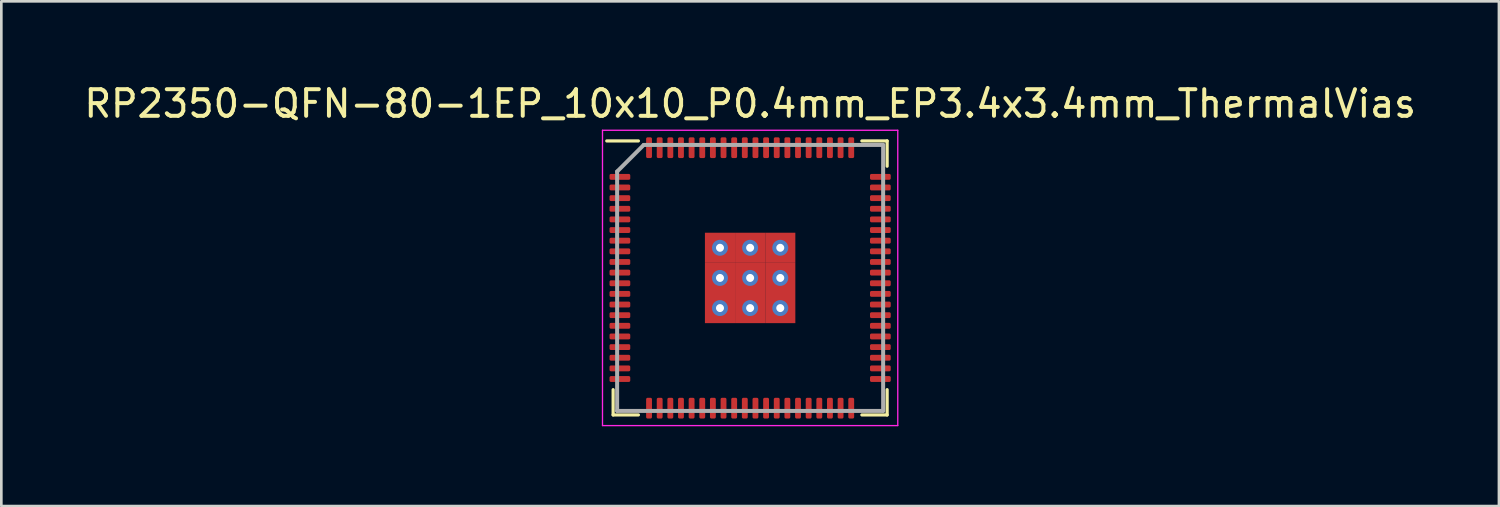
<source format=kicad_pcb>
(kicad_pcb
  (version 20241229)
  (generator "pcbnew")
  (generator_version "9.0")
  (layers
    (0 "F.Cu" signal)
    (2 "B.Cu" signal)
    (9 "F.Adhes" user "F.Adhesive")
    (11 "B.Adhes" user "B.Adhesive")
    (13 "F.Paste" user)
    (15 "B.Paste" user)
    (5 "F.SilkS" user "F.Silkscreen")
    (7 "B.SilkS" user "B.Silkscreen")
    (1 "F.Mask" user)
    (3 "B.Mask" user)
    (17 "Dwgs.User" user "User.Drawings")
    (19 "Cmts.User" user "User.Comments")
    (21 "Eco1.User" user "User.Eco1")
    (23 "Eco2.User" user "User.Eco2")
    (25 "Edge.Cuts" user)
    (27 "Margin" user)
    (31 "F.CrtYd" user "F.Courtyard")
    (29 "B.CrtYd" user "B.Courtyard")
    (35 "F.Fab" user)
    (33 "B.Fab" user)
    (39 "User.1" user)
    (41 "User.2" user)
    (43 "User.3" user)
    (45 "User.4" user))
  (footprint "RP2350-QFN-80-1EP_10x10_P0.4mm_EP3.4x3.4mm_ThermalVias"
    (layer "F.Cu")
    (at 25.149 7.398)
    (property "Reference" "RP2350-QFN-80-1EP_10x10_P0.4mm_EP3.4x3.4mm_ThermalVias" (at 0 -6.55 0) (layer "F.SilkS") (effects (font (size 1 1) (thickness 0.15))))
    (attr smd)
    (fp_line (start -5.15 5.15) (end -5.15 4.2) (stroke (width 0.12) (type default)) (layer "F.SilkS"))
    (fp_line (start -4.2 -5.15) (end -5.39 -5.15) (stroke (width 0.12) (type default)) (layer "F.SilkS"))
    (fp_line (start -4.2 5.15) (end -5.15 5.15) (stroke (width 0.12) (type default)) (layer "F.SilkS"))
    (fp_line (start 4.2 -5.15) (end 5.15 -5.15) (stroke (width 0.12) (type default)) (layer "F.SilkS"))
    (fp_line (start 4.2 5.15) (end 5.15 5.15) (stroke (width 0.12) (type default)) (layer "F.SilkS"))
    (fp_line (start 5.15 -5.15) (end 5.15 -4.2) (stroke (width 0.12) (type default)) (layer "F.SilkS"))
    (fp_line (start 5.15 5.15) (end 5.15 4.2) (stroke (width 0.12) (type default)) (layer "F.SilkS"))
    (fp_line (start -5.55 -5.55) (end 5.55 -5.55) (stroke (width 0.05) (type default)) (layer "F.CrtYd"))
    (fp_line (start -5.55 5.55) (end -5.55 -5.55) (stroke (width 0.05) (type default)) (layer "F.CrtYd"))
    (fp_line (start 5.55 -5.55) (end 5.55 5.55) (stroke (width 0.05) (type default)) (layer "F.CrtYd"))
    (fp_line (start 5.55 5.55) (end -5.55 5.55) (stroke (width 0.05) (type default)) (layer "F.CrtYd"))
    (fp_line (start -5 -4) (end -5 5) (stroke (width 0.15) (type default)) (layer "F.Fab"))
    (fp_line (start -5 5) (end 5 5) (stroke (width 0.15) (type default)) (layer "F.Fab"))
    (fp_line (start -4 -5) (end -5 -4) (stroke (width 0.15) (type default)) (layer "F.Fab"))
    (fp_line (start 5 -5) (end -4 -5) (stroke (width 0.15) (type default)) (layer "F.Fab"))
    (fp_line (start 5 5) (end 5 -5) (stroke (width 0.15) (type default)) (layer "F.Fab"))
    (pad "" smd roundrect (at -0.7 -0.7) (size 1.2 1.2) (layers "F.Paste") (roundrect_rratio 0.208))
    (pad "" smd roundrect (at -0.7 0.7) (size 1.2 1.2) (layers "F.Paste") (roundrect_rratio 0.208))
    (pad "" smd roundrect (at 0.7 -0.7) (size 1.2 1.2) (layers "F.Paste") (roundrect_rratio 0.208))
    (pad "" smd roundrect (at 0.7 0.7) (size 1.2 1.2) (layers "F.Paste") (roundrect_rratio 0.208))
    (pad "1" smd roundrect (at -4.896 -3.8 90) (size 0.22 0.78) (layers "F.Cu" "F.Mask" "F.Paste") (roundrect_rratio 0.25))
    (pad "2" smd roundrect (at -4.896 -3.4 90) (size 0.22 0.78) (layers "F.Cu" "F.Mask" "F.Paste") (roundrect_rratio 0.25))
    (pad "3" smd roundrect (at -4.896 -3 90) (size 0.22 0.78) (layers "F.Cu" "F.Mask" "F.Paste") (roundrect_rratio 0.25))
    (pad "4" smd roundrect (at -4.896 -2.6 90) (size 0.22 0.78) (layers "F.Cu" "F.Mask" "F.Paste") (roundrect_rratio 0.25))
    (pad "5" smd roundrect (at -4.896 -2.2 90) (size 0.22 0.78) (layers "F.Cu" "F.Mask" "F.Paste") (roundrect_rratio 0.25))
    (pad "6" smd roundrect (at -4.896 -1.8 90) (size 0.22 0.78) (layers "F.Cu" "F.Mask" "F.Paste") (roundrect_rratio 0.25))
    (pad "7" smd roundrect (at -4.896 -1.4 90) (size 0.22 0.78) (layers "F.Cu" "F.Mask" "F.Paste") (roundrect_rratio 0.25))
    (pad "8" smd roundrect (at -4.896 -1 90) (size 0.22 0.78) (layers "F.Cu" "F.Mask" "F.Paste") (roundrect_rratio 0.25))
    (pad "9" smd roundrect (at -4.896 -0.6 90) (size 0.22 0.78) (layers "F.Cu" "F.Mask" "F.Paste") (roundrect_rratio 0.25))
    (pad "10" smd roundrect (at -4.896 -0.2 90) (size 0.22 0.78) (layers "F.Cu" "F.Mask" "F.Paste") (roundrect_rratio 0.25))
    (pad "11" smd roundrect (at -4.896 0.2 90) (size 0.22 0.78) (layers "F.Cu" "F.Mask" "F.Paste") (roundrect_rratio 0.25))
    (pad "12" smd roundrect (at -4.896 0.6 90) (size 0.22 0.78) (layers "F.Cu" "F.Mask" "F.Paste") (roundrect_rratio 0.25))
    (pad "13" smd roundrect (at -4.896 1 90) (size 0.22 0.78) (layers "F.Cu" "F.Mask" "F.Paste") (roundrect_rratio 0.25))
    (pad "14" smd roundrect (at -4.896 1.4 90) (size 0.22 0.78) (layers "F.Cu" "F.Mask" "F.Paste") (roundrect_rratio 0.25))
    (pad "15" smd roundrect (at -4.896 1.8 90) (size 0.22 0.78) (layers "F.Cu" "F.Mask" "F.Paste") (roundrect_rratio 0.25))
    (pad "16" smd roundrect (at -4.896 2.2 90) (size 0.22 0.78) (layers "F.Cu" "F.Mask" "F.Paste") (roundrect_rratio 0.25))
    (pad "17" smd roundrect (at -4.896 2.6 90) (size 0.22 0.78) (layers "F.Cu" "F.Mask" "F.Paste") (roundrect_rratio 0.25))
    (pad "18" smd roundrect (at -4.896 3 90) (size 0.22 0.78) (layers "F.Cu" "F.Mask" "F.Paste") (roundrect_rratio 0.25))
    (pad "19" smd roundrect (at -4.896 3.4 90) (size 0.22 0.78) (layers "F.Cu" "F.Mask" "F.Paste") (roundrect_rratio 0.25))
    (pad "20" smd roundrect (at -4.896 3.8 90) (size 0.22 0.78) (layers "F.Cu" "F.Mask" "F.Paste") (roundrect_rratio 0.25))
    (pad "21" smd roundrect (at -3.8 4.896) (size 0.22 0.78) (layers "F.Cu" "F.Mask" "F.Paste") (roundrect_rratio 0.25))
    (pad "22" smd roundrect (at -3.4 4.896) (size 0.22 0.78) (layers "F.Cu" "F.Mask" "F.Paste") (roundrect_rratio 0.25))
    (pad "23" smd roundrect (at -3 4.896) (size 0.22 0.78) (layers "F.Cu" "F.Mask" "F.Paste") (roundrect_rratio 0.25))
    (pad "24" smd roundrect (at -2.6 4.896) (size 0.22 0.78) (layers "F.Cu" "F.Mask" "F.Paste") (roundrect_rratio 0.25))
    (pad "25" smd roundrect (at -2.2 4.896) (size 0.22 0.78) (layers "F.Cu" "F.Mask" "F.Paste") (roundrect_rratio 0.25))
    (pad "26" smd roundrect (at -1.8 4.896) (size 0.22 0.78) (layers "F.Cu" "F.Mask" "F.Paste") (roundrect_rratio 0.25))
    (pad "27" smd roundrect (at -1.4 4.896) (size 0.22 0.78) (layers "F.Cu" "F.Mask" "F.Paste") (roundrect_rratio 0.25))
    (pad "28" smd roundrect (at -1 4.896) (size 0.22 0.78) (layers "F.Cu" "F.Mask" "F.Paste") (roundrect_rratio 0.25))
    (pad "29" smd roundrect (at -0.6 4.896) (size 0.22 0.78) (layers "F.Cu" "F.Mask" "F.Paste") (roundrect_rratio 0.25))
    (pad "30" smd roundrect (at -0.2 4.896) (size 0.22 0.78) (layers "F.Cu" "F.Mask" "F.Paste") (roundrect_rratio 0.25))
    (pad "31" smd roundrect (at 0.2 4.896) (size 0.22 0.78) (layers "F.Cu" "F.Mask" "F.Paste") (roundrect_rratio 0.25))
    (pad "32" smd roundrect (at 0.6 4.896) (size 0.22 0.78) (layers "F.Cu" "F.Mask" "F.Paste") (roundrect_rratio 0.25))
    (pad "33" smd roundrect (at 1 4.896) (size 0.22 0.78) (layers "F.Cu" "F.Mask" "F.Paste") (roundrect_rratio 0.25))
    (pad "34" smd roundrect (at 1.4 4.896) (size 0.22 0.78) (layers "F.Cu" "F.Mask" "F.Paste") (roundrect_rratio 0.25))
    (pad "35" smd roundrect (at 1.8 4.896) (size 0.22 0.78) (layers "F.Cu" "F.Mask" "F.Paste") (roundrect_rratio 0.25))
    (pad "36" smd roundrect (at 2.2 4.896) (size 0.22 0.78) (layers "F.Cu" "F.Mask" "F.Paste") (roundrect_rratio 0.25))
    (pad "37" smd roundrect (at 2.6 4.896) (size 0.22 0.78) (layers "F.Cu" "F.Mask" "F.Paste") (roundrect_rratio 0.25))
    (pad "38" smd roundrect (at 3 4.896) (size 0.22 0.78) (layers "F.Cu" "F.Mask" "F.Paste") (roundrect_rratio 0.25))
    (pad "39" smd roundrect (at 3.4 4.896) (size 0.22 0.78) (layers "F.Cu" "F.Mask" "F.Paste") (roundrect_rratio 0.25))
    (pad "40" smd roundrect (at 3.8 4.896) (size 0.22 0.78) (layers "F.Cu" "F.Mask" "F.Paste") (roundrect_rratio 0.25))
    (pad "41" smd roundrect (at 4.896 3.8 90) (size 0.22 0.78) (layers "F.Cu" "F.Mask" "F.Paste") (roundrect_rratio 0.25))
    (pad "42" smd roundrect (at 4.896 3.4 90) (size 0.22 0.78) (layers "F.Cu" "F.Mask" "F.Paste") (roundrect_rratio 0.25))
    (pad "43" smd roundrect (at 4.896 3 90) (size 0.22 0.78) (layers "F.Cu" "F.Mask" "F.Paste") (roundrect_rratio 0.25))
    (pad "44" smd roundrect (at 4.896 2.6 90) (size 0.22 0.78) (layers "F.Cu" "F.Mask" "F.Paste") (roundrect_rratio 0.25))
    (pad "45" smd roundrect (at 4.896 2.2 90) (size 0.22 0.78) (layers "F.Cu" "F.Mask" "F.Paste") (roundrect_rratio 0.25))
    (pad "46" smd roundrect (at 4.896 1.8 90) (size 0.22 0.78) (layers "F.Cu" "F.Mask" "F.Paste") (roundrect_rratio 0.25))
    (pad "47" smd roundrect (at 4.896 1.4 90) (size 0.22 0.78) (layers "F.Cu" "F.Mask" "F.Paste") (roundrect_rratio 0.25))
    (pad "48" smd roundrect (at 4.896 1 90) (size 0.22 0.78) (layers "F.Cu" "F.Mask" "F.Paste") (roundrect_rratio 0.25))
    (pad "49" smd roundrect (at 4.896 0.6 90) (size 0.22 0.78) (layers "F.Cu" "F.Mask" "F.Paste") (roundrect_rratio 0.25))
    (pad "50" smd roundrect (at 4.896 0.2 90) (size 0.22 0.78) (layers "F.Cu" "F.Mask" "F.Paste") (roundrect_rratio 0.25))
    (pad "51" smd roundrect (at 4.896 -0.2 90) (size 0.22 0.78) (layers "F.Cu" "F.Mask" "F.Paste") (roundrect_rratio 0.25))
    (pad "52" smd roundrect (at 4.896 -0.6 90) (size 0.22 0.78) (layers "F.Cu" "F.Mask" "F.Paste") (roundrect_rratio 0.25))
    (pad "53" smd roundrect (at 4.896 -1 90) (size 0.22 0.78) (layers "F.Cu" "F.Mask" "F.Paste") (roundrect_rratio 0.25))
    (pad "54" smd roundrect (at 4.896 -1.4 90) (size 0.22 0.78) (layers "F.Cu" "F.Mask" "F.Paste") (roundrect_rratio 0.25))
    (pad "55" smd roundrect (at 4.896 -1.8 90) (size 0.22 0.78) (layers "F.Cu" "F.Mask" "F.Paste") (roundrect_rratio 0.25))
    (pad "56" smd roundrect (at 4.896 -2.2 90) (size 0.22 0.78) (layers "F.Cu" "F.Mask" "F.Paste") (roundrect_rratio 0.25))
    (pad "57" smd roundrect (at 4.896 -2.6 90) (size 0.22 0.78) (layers "F.Cu" "F.Mask" "F.Paste") (roundrect_rratio 0.25))
    (pad "58" smd roundrect (at 4.896 -3 90) (size 0.22 0.78) (layers "F.Cu" "F.Mask" "F.Paste") (roundrect_rratio 0.25))
    (pad "59" smd roundrect (at 4.896 -3.4 90) (size 0.22 0.78) (layers "F.Cu" "F.Mask" "F.Paste") (roundrect_rratio 0.25))
    (pad "60" smd roundrect (at 4.896 -3.8 90) (size 0.22 0.78) (layers "F.Cu" "F.Mask" "F.Paste") (roundrect_rratio 0.25))
    (pad "61" smd roundrect (at 3.8 -4.896) (size 0.22 0.78) (layers "F.Cu" "F.Mask" "F.Paste") (roundrect_rratio 0.25))
    (pad "62" smd roundrect (at 3.4 -4.896) (size 0.22 0.78) (layers "F.Cu" "F.Mask" "F.Paste") (roundrect_rratio 0.25))
    (pad "63" smd roundrect (at 3 -4.896) (size 0.22 0.78) (layers "F.Cu" "F.Mask" "F.Paste") (roundrect_rratio 0.25))
    (pad "64" smd roundrect (at 2.6 -4.896) (size 0.22 0.78) (layers "F.Cu" "F.Mask" "F.Paste") (roundrect_rratio 0.25))
    (pad "65" smd roundrect (at 2.2 -4.896) (size 0.22 0.78) (layers "F.Cu" "F.Mask" "F.Paste") (roundrect_rratio 0.25))
    (pad "66" smd roundrect (at 1.8 -4.896) (size 0.22 0.78) (layers "F.Cu" "F.Mask" "F.Paste") (roundrect_rratio 0.25))
    (pad "67" smd roundrect (at 1.4 -4.896) (size 0.22 0.78) (layers "F.Cu" "F.Mask" "F.Paste") (roundrect_rratio 0.25))
    (pad "68" smd roundrect (at 1 -4.896) (size 0.22 0.78) (layers "F.Cu" "F.Mask" "F.Paste") (roundrect_rratio 0.25))
    (pad "69" smd roundrect (at 0.6 -4.896) (size 0.22 0.78) (layers "F.Cu" "F.Mask" "F.Paste") (roundrect_rratio 0.25))
    (pad "70" smd roundrect (at 0.2 -4.896) (size 0.22 0.78) (layers "F.Cu" "F.Mask" "F.Paste") (roundrect_rratio 0.25))
    (pad "71" smd roundrect (at -0.2 -4.896) (size 0.22 0.78) (layers "F.Cu" "F.Mask" "F.Paste") (roundrect_rratio 0.25))
    (pad "72" smd roundrect (at -0.6 -4.896) (size 0.22 0.78) (layers "F.Cu" "F.Mask" "F.Paste") (roundrect_rratio 0.25))
    (pad "73" smd roundrect (at -1 -4.896) (size 0.22 0.78) (layers "F.Cu" "F.Mask" "F.Paste") (roundrect_rratio 0.25))
    (pad "74" smd roundrect (at -1.4 -4.896) (size 0.22 0.78) (layers "F.Cu" "F.Mask" "F.Paste") (roundrect_rratio 0.25))
    (pad "75" smd roundrect (at -1.8 -4.896) (size 0.22 0.78) (layers "F.Cu" "F.Mask" "F.Paste") (roundrect_rratio 0.25))
    (pad "76" smd roundrect (at -2.2 -4.896) (size 0.22 0.78) (layers "F.Cu" "F.Mask" "F.Paste") (roundrect_rratio 0.25))
    (pad "77" smd roundrect (at -2.6 -4.896) (size 0.22 0.78) (layers "F.Cu" "F.Mask" "F.Paste") (roundrect_rratio 0.25))
    (pad "78" smd roundrect (at -3 -4.896) (size 0.22 0.78) (layers "F.Cu" "F.Mask" "F.Paste") (roundrect_rratio 0.25))
    (pad "79" smd roundrect (at -3.4 -4.896) (size 0.22 0.78) (layers "F.Cu" "F.Mask" "F.Paste") (roundrect_rratio 0.25))
    (pad "80" smd roundrect (at -3.8 -4.896) (size 0.22 0.78) (layers "F.Cu" "F.Mask" "F.Paste") (roundrect_rratio 0.25))
    (pad "81" thru_hole circle (at -1.133 -1.133) (size 0.6 0.6) (drill 0.3) (layers "*.Cu" "*.Mask"))
    (pad "81" smd rect (at -1.133 -1.133) (size 1.133 1.133) (layers "F.Cu" "F.Mask" "F.Paste"))
    (pad "81" thru_hole circle (at -1.133 0) (size 0.6 0.6) (drill 0.3) (layers "*.Cu" "*.Mask"))
    (pad "81" smd rect (at -1.133 0) (size 1.133 1.133) (layers "F.Cu" "F.Mask" "F.Paste"))
    (pad "81" thru_hole circle (at -1.133 1.133) (size 0.6 0.6) (drill 0.3) (layers "*.Cu" "*.Mask"))
    (pad "81" smd rect (at -1.133 1.133) (size 1.133 1.133) (layers "F.Cu" "F.Mask" "F.Paste"))
    (pad "81" thru_hole circle (at 0 -1.133) (size 0.6 0.6) (drill 0.3) (layers "*.Cu" "*.Mask"))
    (pad "81" smd rect (at 0 -1.133) (size 1.133 1.133) (layers "F.Cu" "F.Mask" "F.Paste"))
    (pad "81" thru_hole circle (at 0 0) (size 0.6 0.6) (drill 0.3) (layers "*.Cu" "*.Mask"))
    (pad "81" smd rect (at 0 0) (size 1.133 1.133) (layers "F.Cu" "F.Mask" "F.Paste"))
    (pad "81" thru_hole circle (at 0 1.133) (size 0.6 0.6) (drill 0.3) (layers "*.Cu" "*.Mask"))
    (pad "81" smd rect (at 0 1.133) (size 1.133 1.133) (layers "F.Cu" "F.Mask" "F.Paste"))
    (pad "81" thru_hole circle (at 1.133 -1.133) (size 0.6 0.6) (drill 0.3) (layers "*.Cu" "*.Mask"))
    (pad "81" smd rect (at 1.133 -1.133) (size 1.133 1.133) (layers "F.Cu" "F.Mask" "F.Paste"))
    (pad "81" thru_hole circle (at 1.133 0) (size 0.6 0.6) (drill 0.3) (layers "*.Cu" "*.Mask"))
    (pad "81" smd rect (at 1.133 0) (size 1.133 1.133) (layers "F.Cu" "F.Mask" "F.Paste"))
    (pad "81" thru_hole circle (at 1.133 1.133) (size 0.6 0.6) (drill 0.3) (layers "*.Cu" "*.Mask"))
    (pad "81" smd rect (at 1.133 1.133) (size 1.133 1.133) (layers "F.Cu" "F.Mask" "F.Paste")))
  (gr_rect
    (start -3 -3)
    (end 53.298 15.973)
    (stroke (width 0.1) (type default))
    (fill no)
    (layer "Edge.Cuts")))
</source>
